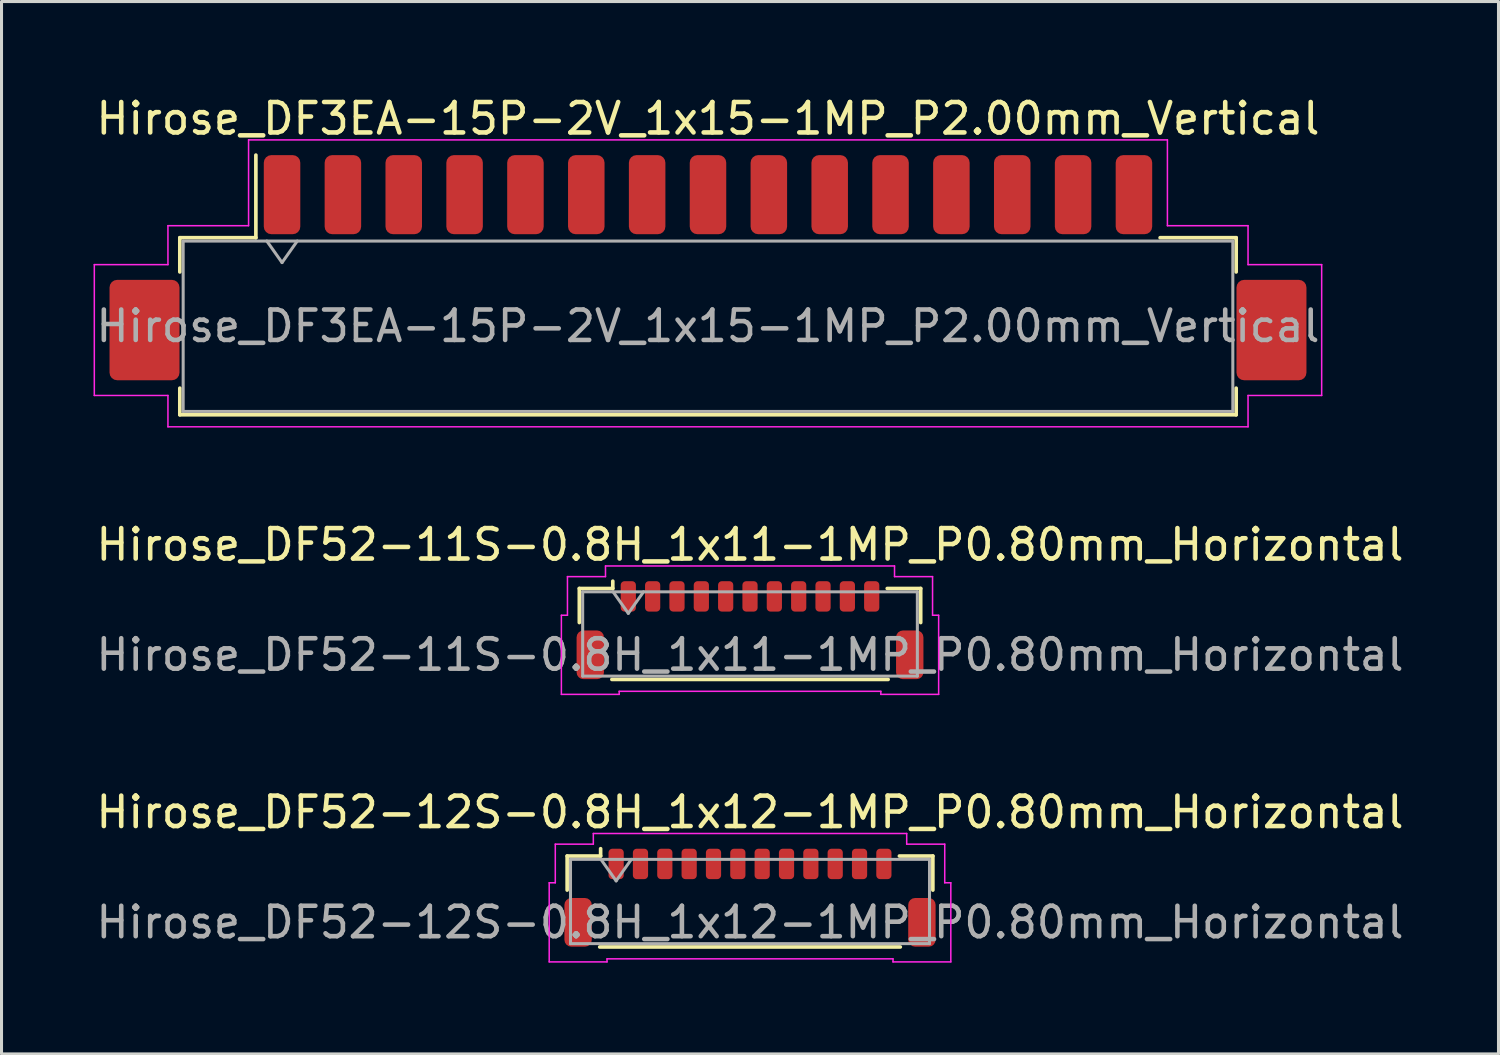
<source format=kicad_pcb>
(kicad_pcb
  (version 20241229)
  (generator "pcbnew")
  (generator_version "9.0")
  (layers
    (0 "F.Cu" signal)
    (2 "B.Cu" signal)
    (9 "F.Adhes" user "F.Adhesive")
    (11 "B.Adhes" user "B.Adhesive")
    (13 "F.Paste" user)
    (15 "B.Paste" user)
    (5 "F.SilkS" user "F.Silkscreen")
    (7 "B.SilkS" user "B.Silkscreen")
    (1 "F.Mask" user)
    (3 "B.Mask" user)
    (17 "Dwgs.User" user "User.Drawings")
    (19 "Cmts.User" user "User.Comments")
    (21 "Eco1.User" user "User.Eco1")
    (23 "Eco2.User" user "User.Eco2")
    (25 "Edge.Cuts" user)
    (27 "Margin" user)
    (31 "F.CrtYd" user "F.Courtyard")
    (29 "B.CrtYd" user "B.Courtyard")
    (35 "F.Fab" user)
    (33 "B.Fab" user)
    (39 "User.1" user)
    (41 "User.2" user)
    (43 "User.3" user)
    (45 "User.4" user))
  (footprint "Hirose_DF52-12S-0.8H_1x12-1MP_P0.80mm_Horizontal"
    (layer "F.Cu")
    (at 21.601 26.455)
    (property "Reference" "Hirose_DF52-12S-0.8H_1x12-1MP_P0.80mm_Horizontal" (at 0 -2.81 0) (layer "F.SilkS") (effects (font (size 1 1) (thickness 0.15))))
    (attr smd)
    (fp_line (start -6.01 -1.37) (end -4.91 -1.37) (stroke (width 0.12) (type solid)) (layer "F.SilkS"))
    (fp_line (start -6.01 -0.25) (end -6.01 -1.37) (stroke (width 0.12) (type solid)) (layer "F.SilkS"))
    (fp_line (start -4.94 1.62) (end 4.94 1.62) (stroke (width 0.12) (type solid)) (layer "F.SilkS"))
    (fp_line (start -4.91 -1.37) (end -4.91 -1.61) (stroke (width 0.12) (type solid)) (layer "F.SilkS"))
    (fp_line (start 6.01 -1.37) (end 4.91 -1.37) (stroke (width 0.12) (type solid)) (layer "F.SilkS"))
    (fp_line (start 6.01 -0.25) (end 6.01 -1.37) (stroke (width 0.12) (type solid)) (layer "F.SilkS"))
    (fp_line (start -6.6 -0.49) (end -6.4 -0.49) (stroke (width 0.05) (type solid)) (layer "F.CrtYd"))
    (fp_line (start -6.6 2.11) (end -6.6 -0.49) (stroke (width 0.05) (type solid)) (layer "F.CrtYd"))
    (fp_line (start -6.4 -1.76) (end -5.15 -1.76) (stroke (width 0.05) (type solid)) (layer "F.CrtYd"))
    (fp_line (start -6.4 -0.49) (end -6.4 -1.76) (stroke (width 0.05) (type solid)) (layer "F.CrtYd"))
    (fp_line (start -5.15 -2.11) (end 5.15 -2.11) (stroke (width 0.05) (type solid)) (layer "F.CrtYd"))
    (fp_line (start -5.15 -1.76) (end -5.15 -2.11) (stroke (width 0.05) (type solid)) (layer "F.CrtYd"))
    (fp_line (start -4.7 2.01) (end -4.7 2.11) (stroke (width 0.05) (type solid)) (layer "F.CrtYd"))
    (fp_line (start -4.7 2.11) (end -6.6 2.11) (stroke (width 0.05) (type solid)) (layer "F.CrtYd"))
    (fp_line (start 4.7 2.01) (end -4.7 2.01) (stroke (width 0.05) (type solid)) (layer "F.CrtYd"))
    (fp_line (start 4.7 2.11) (end 4.7 2.01) (stroke (width 0.05) (type solid)) (layer "F.CrtYd"))
    (fp_line (start 5.15 -2.11) (end 5.15 -1.76) (stroke (width 0.05) (type solid)) (layer "F.CrtYd"))
    (fp_line (start 5.15 -1.76) (end 6.4 -1.76) (stroke (width 0.05) (type solid)) (layer "F.CrtYd"))
    (fp_line (start 6.4 -1.76) (end 6.4 -0.49) (stroke (width 0.05) (type solid)) (layer "F.CrtYd"))
    (fp_line (start 6.4 -0.49) (end 6.6 -0.49) (stroke (width 0.05) (type solid)) (layer "F.CrtYd"))
    (fp_line (start 6.6 -0.49) (end 6.6 2.11) (stroke (width 0.05) (type solid)) (layer "F.CrtYd"))
    (fp_line (start 6.6 2.11) (end 4.7 2.11) (stroke (width 0.05) (type solid)) (layer "F.CrtYd"))
    (fp_line (start -5.9 -1.26) (end -5.9 1.51) (stroke (width 0.1) (type solid)) (layer "F.Fab"))
    (fp_line (start -5.9 -1.26) (end 5.9 -1.26) (stroke (width 0.1) (type solid)) (layer "F.Fab"))
    (fp_line (start -5.9 1.51) (end 5.9 1.51) (stroke (width 0.1) (type solid)) (layer "F.Fab"))
    (fp_line (start -4.9 -1.26) (end -4.4 -0.553) (stroke (width 0.1) (type solid)) (layer "F.Fab"))
    (fp_line (start -4.4 -0.553) (end -3.9 -1.26) (stroke (width 0.1) (type solid)) (layer "F.Fab"))
    (fp_line (start 5.9 -1.26) (end 5.9 1.51) (stroke (width 0.1) (type solid)) (layer "F.Fab"))
    (fp_text user "${REFERENCE}" (at 0 0.81 0) (layer "F.Fab") (effects (font (size 1 1) (thickness 0.15))))
    (pad "1" smd roundrect (at -4.4 -1.11) (size 0.5 1) (layers "F.Cu" "F.Mask" "F.Paste") (roundrect_rratio 0.25))
    (pad "2" smd roundrect (at -3.6 -1.11) (size 0.5 1) (layers "F.Cu" "F.Mask" "F.Paste") (roundrect_rratio 0.25))
    (pad "3" smd roundrect (at -2.8 -1.11) (size 0.5 1) (layers "F.Cu" "F.Mask" "F.Paste") (roundrect_rratio 0.25))
    (pad "4" smd roundrect (at -2 -1.11) (size 0.5 1) (layers "F.Cu" "F.Mask" "F.Paste") (roundrect_rratio 0.25))
    (pad "5" smd roundrect (at -1.2 -1.11) (size 0.5 1) (layers "F.Cu" "F.Mask" "F.Paste") (roundrect_rratio 0.25))
    (pad "6" smd roundrect (at -0.4 -1.11) (size 0.5 1) (layers "F.Cu" "F.Mask" "F.Paste") (roundrect_rratio 0.25))
    (pad "7" smd roundrect (at 0.4 -1.11) (size 0.5 1) (layers "F.Cu" "F.Mask" "F.Paste") (roundrect_rratio 0.25))
    (pad "8" smd roundrect (at 1.2 -1.11) (size 0.5 1) (layers "F.Cu" "F.Mask" "F.Paste") (roundrect_rratio 0.25))
    (pad "9" smd roundrect (at 2 -1.11) (size 0.5 1) (layers "F.Cu" "F.Mask" "F.Paste") (roundrect_rratio 0.25))
    (pad "10" smd roundrect (at 2.8 -1.11) (size 0.5 1) (layers "F.Cu" "F.Mask" "F.Paste") (roundrect_rratio 0.25))
    (pad "11" smd roundrect (at 3.6 -1.11) (size 0.5 1) (layers "F.Cu" "F.Mask" "F.Paste") (roundrect_rratio 0.25))
    (pad "12" smd roundrect (at 4.4 -1.11) (size 0.5 1) (layers "F.Cu" "F.Mask" "F.Paste") (roundrect_rratio 0.25))
    (pad "MP" smd roundrect (at -5.65 0.81) (size 0.9 1.6) (layers "F.Cu" "F.Mask" "F.Paste") (roundrect_rratio 0.25))
    (pad "MP" smd roundrect (at 5.65 0.81) (size 0.9 1.6) (layers "F.Cu" "F.Mask" "F.Paste") (roundrect_rratio 0.25)))
  (footprint "Hirose_DF52-11S-0.8H_1x11-1MP_P0.80mm_Horizontal"
    (layer "F.Cu")
    (at 21.601 17.662)
    (property "Reference" "Hirose_DF52-11S-0.8H_1x11-1MP_P0.80mm_Horizontal" (at 0 -2.81 0) (layer "F.SilkS") (effects (font (size 1 1) (thickness 0.15))))
    (attr smd)
    (fp_line (start -5.61 -1.37) (end -4.51 -1.37) (stroke (width 0.12) (type solid)) (layer "F.SilkS"))
    (fp_line (start -5.61 -0.25) (end -5.61 -1.37) (stroke (width 0.12) (type solid)) (layer "F.SilkS"))
    (fp_line (start -4.54 1.62) (end 4.54 1.62) (stroke (width 0.12) (type solid)) (layer "F.SilkS"))
    (fp_line (start -4.51 -1.37) (end -4.51 -1.61) (stroke (width 0.12) (type solid)) (layer "F.SilkS"))
    (fp_line (start 5.61 -1.37) (end 4.51 -1.37) (stroke (width 0.12) (type solid)) (layer "F.SilkS"))
    (fp_line (start 5.61 -0.25) (end 5.61 -1.37) (stroke (width 0.12) (type solid)) (layer "F.SilkS"))
    (fp_line (start -6.2 -0.49) (end -6 -0.49) (stroke (width 0.05) (type solid)) (layer "F.CrtYd"))
    (fp_line (start -6.2 2.11) (end -6.2 -0.49) (stroke (width 0.05) (type solid)) (layer "F.CrtYd"))
    (fp_line (start -6 -1.76) (end -4.75 -1.76) (stroke (width 0.05) (type solid)) (layer "F.CrtYd"))
    (fp_line (start -6 -0.49) (end -6 -1.76) (stroke (width 0.05) (type solid)) (layer "F.CrtYd"))
    (fp_line (start -4.75 -2.11) (end 4.75 -2.11) (stroke (width 0.05) (type solid)) (layer "F.CrtYd"))
    (fp_line (start -4.75 -1.76) (end -4.75 -2.11) (stroke (width 0.05) (type solid)) (layer "F.CrtYd"))
    (fp_line (start -4.3 2.01) (end -4.3 2.11) (stroke (width 0.05) (type solid)) (layer "F.CrtYd"))
    (fp_line (start -4.3 2.11) (end -6.2 2.11) (stroke (width 0.05) (type solid)) (layer "F.CrtYd"))
    (fp_line (start 4.3 2.01) (end -4.3 2.01) (stroke (width 0.05) (type solid)) (layer "F.CrtYd"))
    (fp_line (start 4.3 2.11) (end 4.3 2.01) (stroke (width 0.05) (type solid)) (layer "F.CrtYd"))
    (fp_line (start 4.75 -2.11) (end 4.75 -1.76) (stroke (width 0.05) (type solid)) (layer "F.CrtYd"))
    (fp_line (start 4.75 -1.76) (end 6 -1.76) (stroke (width 0.05) (type solid)) (layer "F.CrtYd"))
    (fp_line (start 6 -1.76) (end 6 -0.49) (stroke (width 0.05) (type solid)) (layer "F.CrtYd"))
    (fp_line (start 6 -0.49) (end 6.2 -0.49) (stroke (width 0.05) (type solid)) (layer "F.CrtYd"))
    (fp_line (start 6.2 -0.49) (end 6.2 2.11) (stroke (width 0.05) (type solid)) (layer "F.CrtYd"))
    (fp_line (start 6.2 2.11) (end 4.3 2.11) (stroke (width 0.05) (type solid)) (layer "F.CrtYd"))
    (fp_line (start -5.5 -1.26) (end -5.5 1.51) (stroke (width 0.1) (type solid)) (layer "F.Fab"))
    (fp_line (start -5.5 -1.26) (end 5.5 -1.26) (stroke (width 0.1) (type solid)) (layer "F.Fab"))
    (fp_line (start -5.5 1.51) (end 5.5 1.51) (stroke (width 0.1) (type solid)) (layer "F.Fab"))
    (fp_line (start -4.5 -1.26) (end -4 -0.553) (stroke (width 0.1) (type solid)) (layer "F.Fab"))
    (fp_line (start -4 -0.553) (end -3.5 -1.26) (stroke (width 0.1) (type solid)) (layer "F.Fab"))
    (fp_line (start 5.5 -1.26) (end 5.5 1.51) (stroke (width 0.1) (type solid)) (layer "F.Fab"))
    (fp_text user "${REFERENCE}" (at 0 0.81 0) (layer "F.Fab") (effects (font (size 1 1) (thickness 0.15))))
    (pad "1" smd roundrect (at -4 -1.11) (size 0.5 1) (layers "F.Cu" "F.Mask" "F.Paste") (roundrect_rratio 0.25))
    (pad "2" smd roundrect (at -3.2 -1.11) (size 0.5 1) (layers "F.Cu" "F.Mask" "F.Paste") (roundrect_rratio 0.25))
    (pad "3" smd roundrect (at -2.4 -1.11) (size 0.5 1) (layers "F.Cu" "F.Mask" "F.Paste") (roundrect_rratio 0.25))
    (pad "4" smd roundrect (at -1.6 -1.11) (size 0.5 1) (layers "F.Cu" "F.Mask" "F.Paste") (roundrect_rratio 0.25))
    (pad "5" smd roundrect (at -0.8 -1.11) (size 0.5 1) (layers "F.Cu" "F.Mask" "F.Paste") (roundrect_rratio 0.25))
    (pad "6" smd roundrect (at 0 -1.11) (size 0.5 1) (layers "F.Cu" "F.Mask" "F.Paste") (roundrect_rratio 0.25))
    (pad "7" smd roundrect (at 0.8 -1.11) (size 0.5 1) (layers "F.Cu" "F.Mask" "F.Paste") (roundrect_rratio 0.25))
    (pad "8" smd roundrect (at 1.6 -1.11) (size 0.5 1) (layers "F.Cu" "F.Mask" "F.Paste") (roundrect_rratio 0.25))
    (pad "9" smd roundrect (at 2.4 -1.11) (size 0.5 1) (layers "F.Cu" "F.Mask" "F.Paste") (roundrect_rratio 0.25))
    (pad "10" smd roundrect (at 3.2 -1.11) (size 0.5 1) (layers "F.Cu" "F.Mask" "F.Paste") (roundrect_rratio 0.25))
    (pad "11" smd roundrect (at 4 -1.11) (size 0.5 1) (layers "F.Cu" "F.Mask" "F.Paste") (roundrect_rratio 0.25))
    (pad "MP" smd roundrect (at -5.25 0.81) (size 0.9 1.6) (layers "F.Cu" "F.Mask" "F.Paste") (roundrect_rratio 0.25))
    (pad "MP" smd roundrect (at 5.25 0.81) (size 0.9 1.6) (layers "F.Cu" "F.Mask" "F.Paste") (roundrect_rratio 0.25)))
  (footprint "Hirose_DF3EA-15P-2V_1x15-1MP_P2.00mm_Vertical"
    (layer "F.Cu")
    (at 20.22 5.748)
    (property "Reference" "Hirose_DF3EA-15P-2V_1x15-1MP_P2.00mm_Vertical" (at 0 -4.9 0) (layer "F.SilkS") (effects (font (size 1 1) (thickness 0.15))))
    (attr smd)
    (fp_line (start -17.36 -0.985) (end -14.86 -0.985) (stroke (width 0.12) (type solid)) (layer "F.SilkS"))
    (fp_line (start -17.36 0.14) (end -17.36 -0.985) (stroke (width 0.12) (type solid)) (layer "F.SilkS"))
    (fp_line (start -17.36 3.96) (end -17.36 4.835) (stroke (width 0.12) (type solid)) (layer "F.SilkS"))
    (fp_line (start -17.36 4.835) (end 17.36 4.835) (stroke (width 0.12) (type solid)) (layer "F.SilkS"))
    (fp_line (start -14.86 -0.985) (end -14.86 -3.7) (stroke (width 0.12) (type solid)) (layer "F.SilkS"))
    (fp_line (start 17.36 -0.985) (end 14.86 -0.985) (stroke (width 0.12) (type solid)) (layer "F.SilkS"))
    (fp_line (start 17.36 0.14) (end 17.36 -0.985) (stroke (width 0.12) (type solid)) (layer "F.SilkS"))
    (fp_line (start 17.36 4.835) (end 17.36 3.96) (stroke (width 0.12) (type solid)) (layer "F.SilkS"))
    (fp_line (start -20.17 -0.1) (end -17.75 -0.1) (stroke (width 0.05) (type solid)) (layer "F.CrtYd"))
    (fp_line (start -20.17 4.2) (end -20.17 -0.1) (stroke (width 0.05) (type solid)) (layer "F.CrtYd"))
    (fp_line (start -17.75 -1.38) (end -15.1 -1.38) (stroke (width 0.05) (type solid)) (layer "F.CrtYd"))
    (fp_line (start -17.75 -0.1) (end -17.75 -1.38) (stroke (width 0.05) (type solid)) (layer "F.CrtYd"))
    (fp_line (start -17.75 4.2) (end -20.17 4.2) (stroke (width 0.05) (type solid)) (layer "F.CrtYd"))
    (fp_line (start -17.75 5.23) (end -17.75 4.2) (stroke (width 0.05) (type solid)) (layer "F.CrtYd"))
    (fp_line (start -15.1 -4.2) (end 15.1 -4.2) (stroke (width 0.05) (type solid)) (layer "F.CrtYd"))
    (fp_line (start -15.1 -1.38) (end -15.1 -4.2) (stroke (width 0.05) (type solid)) (layer "F.CrtYd"))
    (fp_line (start 15.1 -4.2) (end 15.1 -1.38) (stroke (width 0.05) (type solid)) (layer "F.CrtYd"))
    (fp_line (start 15.1 -1.38) (end 17.75 -1.38) (stroke (width 0.05) (type solid)) (layer "F.CrtYd"))
    (fp_line (start 17.75 -1.38) (end 17.75 -0.1) (stroke (width 0.05) (type solid)) (layer "F.CrtYd"))
    (fp_line (start 17.75 -0.1) (end 20.17 -0.1) (stroke (width 0.05) (type solid)) (layer "F.CrtYd"))
    (fp_line (start 17.75 4.2) (end 17.75 5.23) (stroke (width 0.05) (type solid)) (layer "F.CrtYd"))
    (fp_line (start 17.75 5.23) (end -17.75 5.23) (stroke (width 0.05) (type solid)) (layer "F.CrtYd"))
    (fp_line (start 20.17 -0.1) (end 20.17 4.2) (stroke (width 0.05) (type solid)) (layer "F.CrtYd"))
    (fp_line (start 20.17 4.2) (end 17.75 4.2) (stroke (width 0.05) (type solid)) (layer "F.CrtYd"))
    (fp_line (start -17.25 -0.875) (end -17.25 4.725) (stroke (width 0.1) (type solid)) (layer "F.Fab"))
    (fp_line (start -17.25 -0.875) (end 17.25 -0.875) (stroke (width 0.1) (type solid)) (layer "F.Fab"))
    (fp_line (start -17.25 4.725) (end 17.25 4.725) (stroke (width 0.1) (type solid)) (layer "F.Fab"))
    (fp_line (start -14.5 -0.875) (end -14 -0.168) (stroke (width 0.1) (type solid)) (layer "F.Fab"))
    (fp_line (start -14 -0.168) (end -13.5 -0.875) (stroke (width 0.1) (type solid)) (layer "F.Fab"))
    (fp_line (start 17.25 -0.875) (end 17.25 4.725) (stroke (width 0.1) (type solid)) (layer "F.Fab"))
    (fp_text user "${REFERENCE}" (at 0 1.92 0) (layer "F.Fab") (effects (font (size 1 1) (thickness 0.15))))
    (pad "1" smd roundrect (at -14 -2.4) (size 1.2 2.6) (layers "F.Cu" "F.Mask" "F.Paste") (roundrect_rratio 0.208))
    (pad "2" smd roundrect (at -12 -2.4) (size 1.2 2.6) (layers "F.Cu" "F.Mask" "F.Paste") (roundrect_rratio 0.208))
    (pad "3" smd roundrect (at -10 -2.4) (size 1.2 2.6) (layers "F.Cu" "F.Mask" "F.Paste") (roundrect_rratio 0.208))
    (pad "4" smd roundrect (at -8 -2.4) (size 1.2 2.6) (layers "F.Cu" "F.Mask" "F.Paste") (roundrect_rratio 0.208))
    (pad "5" smd roundrect (at -6 -2.4) (size 1.2 2.6) (layers "F.Cu" "F.Mask" "F.Paste") (roundrect_rratio 0.208))
    (pad "6" smd roundrect (at -4 -2.4) (size 1.2 2.6) (layers "F.Cu" "F.Mask" "F.Paste") (roundrect_rratio 0.208))
    (pad "7" smd roundrect (at -2 -2.4) (size 1.2 2.6) (layers "F.Cu" "F.Mask" "F.Paste") (roundrect_rratio 0.208))
    (pad "8" smd roundrect (at 0 -2.4) (size 1.2 2.6) (layers "F.Cu" "F.Mask" "F.Paste") (roundrect_rratio 0.208))
    (pad "9" smd roundrect (at 2 -2.4) (size 1.2 2.6) (layers "F.Cu" "F.Mask" "F.Paste") (roundrect_rratio 0.208))
    (pad "10" smd roundrect (at 4 -2.4) (size 1.2 2.6) (layers "F.Cu" "F.Mask" "F.Paste") (roundrect_rratio 0.208))
    (pad "11" smd roundrect (at 6 -2.4) (size 1.2 2.6) (layers "F.Cu" "F.Mask" "F.Paste") (roundrect_rratio 0.208))
    (pad "12" smd roundrect (at 8 -2.4) (size 1.2 2.6) (layers "F.Cu" "F.Mask" "F.Paste") (roundrect_rratio 0.208))
    (pad "13" smd roundrect (at 10 -2.4) (size 1.2 2.6) (layers "F.Cu" "F.Mask" "F.Paste") (roundrect_rratio 0.208))
    (pad "14" smd roundrect (at 12 -2.4) (size 1.2 2.6) (layers "F.Cu" "F.Mask" "F.Paste") (roundrect_rratio 0.208))
    (pad "15" smd roundrect (at 14 -2.4) (size 1.2 2.6) (layers "F.Cu" "F.Mask" "F.Paste") (roundrect_rratio 0.208))
    (pad "MP" smd roundrect (at -18.52 2.05) (size 2.3 3.3) (layers "F.Cu" "F.Mask" "F.Paste") (roundrect_rratio 0.109))
    (pad "MP" smd roundrect (at 18.52 2.05) (size 2.3 3.3) (layers "F.Cu" "F.Mask" "F.Paste") (roundrect_rratio 0.109)))
  (gr_rect
    (start -3 -3)
    (end 46.202 31.59)
    (stroke (width 0.1) (type default))
    (fill no)
    (layer "Edge.Cuts")))
</source>
